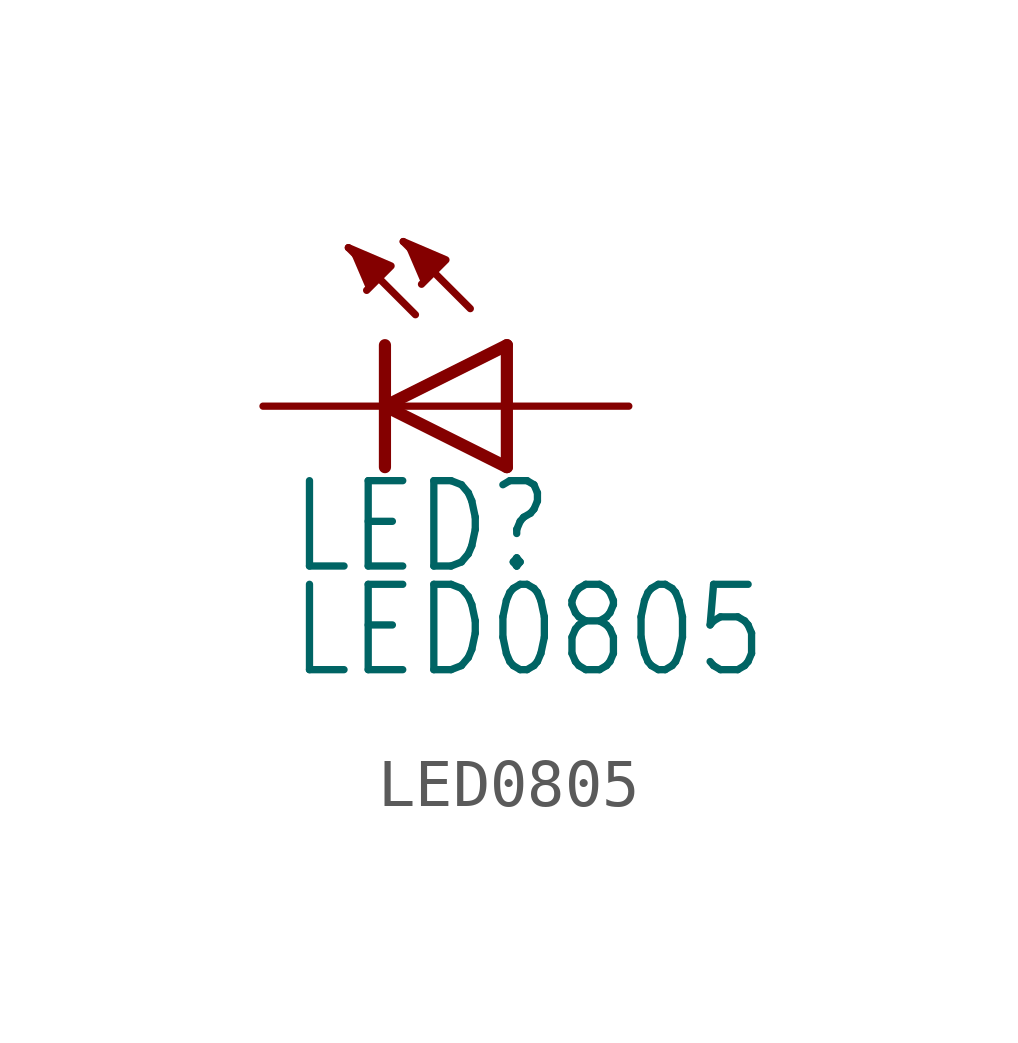
<source format=kicad_sym>
(kicad_symbol_lib
  (version 20211014)
  (generator kicad_symbol_editor)
  (symbol "LED0805"
    (property "Reference" "LED"
      (at -2.032 -3.556 0)
      (effects (font (size 1.778 1.511)) (justify left bottom)))
    (property "Value" "LED0805"
      (at -2.032 -5.715 0)
      (effects (font (size 1.778 1.511)) (justify left bottom)))
    (property "ki_locked" ""
      (at 0 0 0)
      (effects (font (size 1.27 1.27))))
    (symbol "LED0805_1_0"
      (polyline (pts (xy 0 -1.27) (xy 0 0)) (stroke (width 0.254) (type default) (color 0 0 0 0)) (fill (type none)))
      (polyline (pts (xy 0 0) (xy 0 1.27)) (stroke (width 0.254) (type default) (color 0 0 0 0)) (fill (type none)))
      (polyline (pts (xy 0 0) (xy 2.54 1.27)) (stroke (width 0.254) (type default) (color 0 0 0 0)) (fill (type none)))
      (polyline (pts (xy 0.635 1.905) (xy -0.762 3.302)) (stroke (width 0.152) (type default) (color 0 0 0 0)) (fill (type none)))
      (polyline (pts (xy 1.778 2.032) (xy 0.381 3.429)) (stroke (width 0.152) (type default) (color 0 0 0 0)) (fill (type none)))
      (polyline (pts (xy 2.54 -1.27) (xy 0 0)) (stroke (width 0.254) (type default) (color 0 0 0 0)) (fill (type none)))
      (polyline (pts (xy 2.54 -1.27) (xy 2.54 0)) (stroke (width 0.254) (type default) (color 0 0 0 0)) (fill (type none)))
      (polyline (pts (xy 2.54 0) (xy 0 0)) (stroke (width 0.152) (type default) (color 0 0 0 0)) (fill (type none)))
      (polyline (pts (xy 2.54 0) (xy 2.54 1.27)) (stroke (width 0.254) (type default) (color 0 0 0 0)) (fill (type none)))
      (polyline (pts (xy -0.762 3.302) (xy 0.127 2.921) (xy -0.381 2.413)) (stroke (width 0) (type default) (color 0 0 0 0)) (fill (type outline)))
      (polyline (pts (xy 0.381 3.429) (xy 1.27 3.048) (xy 0.762 2.54)) (stroke (width 0) (type default) (color 0 0 0 0)) (fill (type outline)))
      (pin passive line (at 5.08 0 180) (length 2.54) (name "A" (effects (font (size 0 0)))) (number "A" (effects (font (size 0 0)))))
      (pin passive line (at -2.54 0 0) (length 2.54) (name "C" (effects (font (size 0 0)))) (number "C" (effects (font (size 0 0))))))))
</source>
